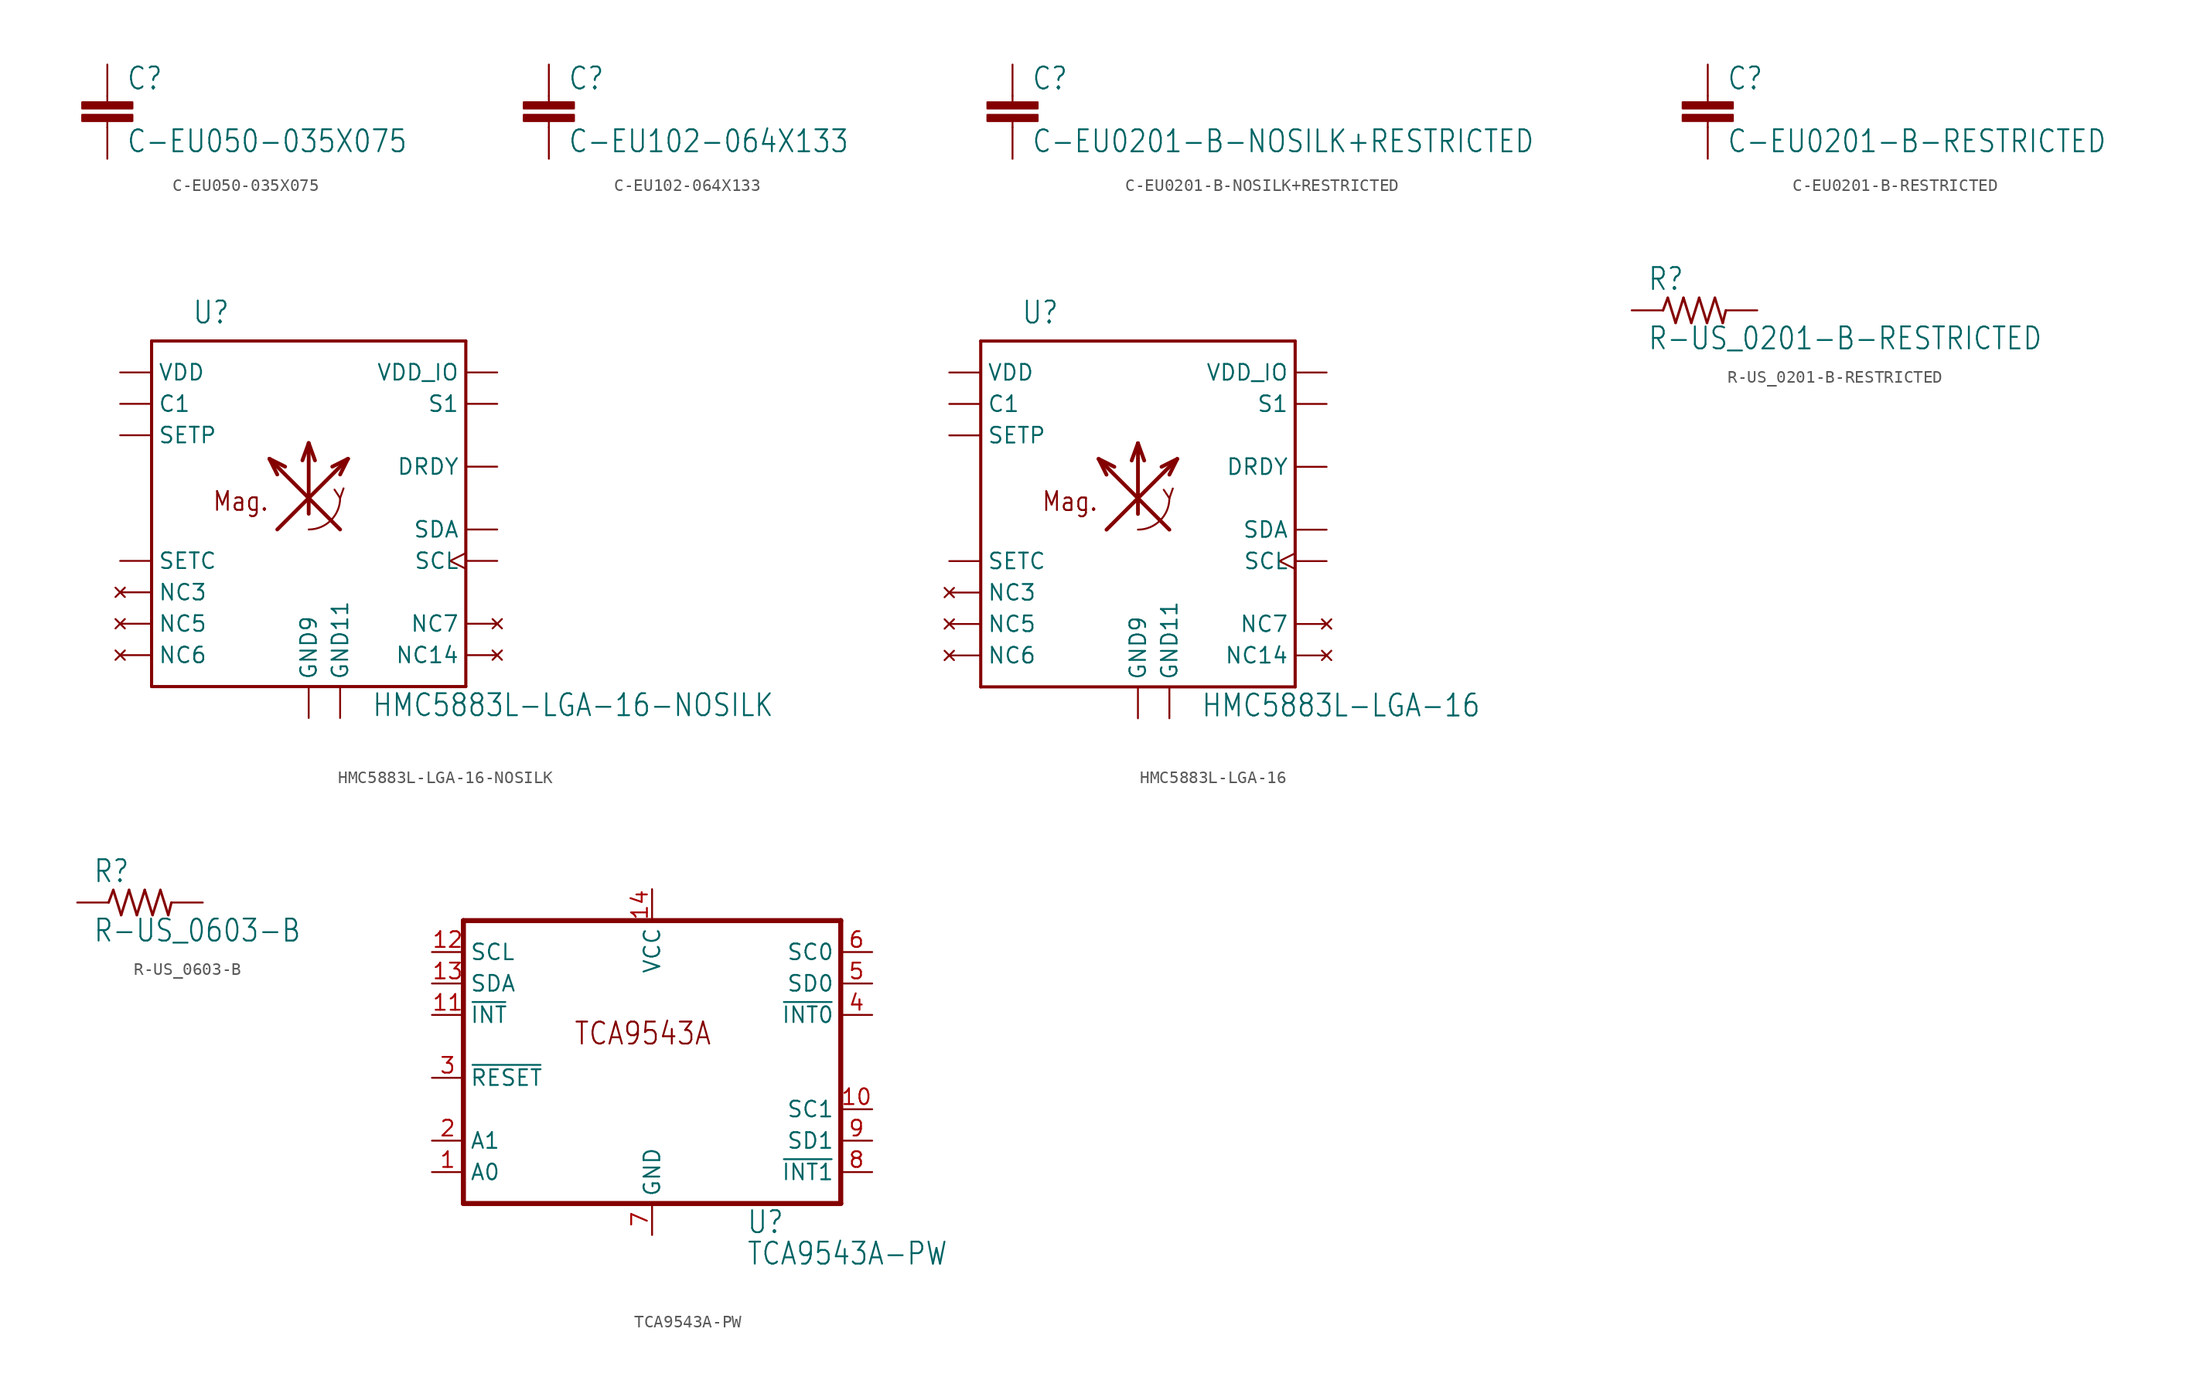
<source format=kicad_sym>
(kicad_symbol_lib
  (version 20211014)
  (generator kicad_symbol_editor)
  (symbol "C-EU050-035X075"
    (property "Reference" "C"
      (at 1.524 0.381 0)
      (effects (font (size 1.778 1.511)) (justify left bottom)))
    (property "Value" "C-EU050-035X075"
      (at 1.524 -4.699 0)
      (effects (font (size 1.778 1.511)) (justify left bottom)))
    (property "ki_locked" ""
      (at 0 0 0)
      (effects (font (size 1.27 1.27))))
    (symbol "C-EU050-035X075_1_0"
      (rectangle (start -2.032 -2.032) (end 2.032 -1.524) (stroke (width 0) (type default) (color 0 0 0 0)) (fill (type outline)))
      (rectangle (start -2.032 -1.016) (end 2.032 -0.508) (stroke (width 0) (type default) (color 0 0 0 0)) (fill (type outline)))
      (polyline (pts (xy 0 -2.54) (xy 0 -2.032)) (stroke (width 0.152) (type default) (color 0 0 0 0)) (fill (type none)))
      (polyline (pts (xy 0 0) (xy 0 -0.508)) (stroke (width 0.152) (type default) (color 0 0 0 0)) (fill (type none)))
      (pin passive line (at 0 2.54 270) (length 2.54) (name "1" (effects (font (size 0 0)))) (number "1" (effects (font (size 0 0)))))
      (pin passive line (at 0 -5.08 90) (length 2.54) (name "2" (effects (font (size 0 0)))) (number "2" (effects (font (size 0 0)))))))
  (symbol "C-EU102-064X133"
    (property "Reference" "C"
      (at 1.524 0.381 0)
      (effects (font (size 1.778 1.511)) (justify left bottom)))
    (property "Value" "C-EU102-064X133"
      (at 1.524 -4.699 0)
      (effects (font (size 1.778 1.511)) (justify left bottom)))
    (property "ki_locked" ""
      (at 0 0 0)
      (effects (font (size 1.27 1.27))))
    (symbol "C-EU102-064X133_1_0"
      (rectangle (start -2.032 -2.032) (end 2.032 -1.524) (stroke (width 0) (type default) (color 0 0 0 0)) (fill (type outline)))
      (rectangle (start -2.032 -1.016) (end 2.032 -0.508) (stroke (width 0) (type default) (color 0 0 0 0)) (fill (type outline)))
      (polyline (pts (xy 0 -2.54) (xy 0 -2.032)) (stroke (width 0.152) (type default) (color 0 0 0 0)) (fill (type none)))
      (polyline (pts (xy 0 0) (xy 0 -0.508)) (stroke (width 0.152) (type default) (color 0 0 0 0)) (fill (type none)))
      (pin passive line (at 0 2.54 270) (length 2.54) (name "1" (effects (font (size 0 0)))) (number "1" (effects (font (size 0 0)))))
      (pin passive line (at 0 -5.08 90) (length 2.54) (name "2" (effects (font (size 0 0)))) (number "2" (effects (font (size 0 0)))))))
  (symbol "C-EU0201-B-NOSILK+RESTRICTED"
    (property "Reference" "C"
      (at 1.524 0.381 0)
      (effects (font (size 1.778 1.511)) (justify left bottom)))
    (property "Value" "C-EU0201-B-NOSILK+RESTRICTED"
      (at 1.524 -4.699 0)
      (effects (font (size 1.778 1.511)) (justify left bottom)))
    (property "ki_locked" ""
      (at 0 0 0)
      (effects (font (size 1.27 1.27))))
    (symbol "C-EU0201-B-NOSILK+RESTRICTED_1_0"
      (rectangle (start -2.032 -2.032) (end 2.032 -1.524) (stroke (width 0) (type default) (color 0 0 0 0)) (fill (type outline)))
      (rectangle (start -2.032 -1.016) (end 2.032 -0.508) (stroke (width 0) (type default) (color 0 0 0 0)) (fill (type outline)))
      (polyline (pts (xy 0 -2.54) (xy 0 -2.032)) (stroke (width 0.152) (type default) (color 0 0 0 0)) (fill (type none)))
      (polyline (pts (xy 0 0) (xy 0 -0.508)) (stroke (width 0.152) (type default) (color 0 0 0 0)) (fill (type none)))
      (pin passive line (at 0 2.54 270) (length 2.54) (name "1" (effects (font (size 0 0)))) (number "1" (effects (font (size 0 0)))))
      (pin passive line (at 0 -5.08 90) (length 2.54) (name "2" (effects (font (size 0 0)))) (number "2" (effects (font (size 0 0)))))))
  (symbol "C-EU0201-B-RESTRICTED"
    (property "Reference" "C"
      (at 1.524 0.381 0)
      (effects (font (size 1.778 1.511)) (justify left bottom)))
    (property "Value" "C-EU0201-B-RESTRICTED"
      (at 1.524 -4.699 0)
      (effects (font (size 1.778 1.511)) (justify left bottom)))
    (property "ki_locked" ""
      (at 0 0 0)
      (effects (font (size 1.27 1.27))))
    (symbol "C-EU0201-B-RESTRICTED_1_0"
      (rectangle (start -2.032 -2.032) (end 2.032 -1.524) (stroke (width 0) (type default) (color 0 0 0 0)) (fill (type outline)))
      (rectangle (start -2.032 -1.016) (end 2.032 -0.508) (stroke (width 0) (type default) (color 0 0 0 0)) (fill (type outline)))
      (polyline (pts (xy 0 -2.54) (xy 0 -2.032)) (stroke (width 0.152) (type default) (color 0 0 0 0)) (fill (type none)))
      (polyline (pts (xy 0 0) (xy 0 -0.508)) (stroke (width 0.152) (type default) (color 0 0 0 0)) (fill (type none)))
      (pin passive line (at 0 2.54 270) (length 2.54) (name "1" (effects (font (size 0 0)))) (number "1" (effects (font (size 0 0)))))
      (pin passive line (at 0 -5.08 90) (length 2.54) (name "2" (effects (font (size 0 0)))) (number "2" (effects (font (size 0 0)))))))
  (symbol "HMC5883L-LGA-16-NOSILK"
    (property "Reference" "U"
      (at -6.35 19.05 0)
      (effects (font (size 1.778 1.511)) (justify right bottom)))
    (property "Value" "HMC5883L-LGA-16-NOSILK"
      (at 5.08 -12.7 0)
      (effects (font (size 1.778 1.511)) (justify left bottom)))
    (property "ki_locked" ""
      (at 0 0 0)
      (effects (font (size 1.27 1.27))))
    (symbol "HMC5883L-LGA-16-NOSILK_1_0"
      (polyline (pts (xy -12.7 -10.16) (xy 12.7 -10.16)) (stroke (width 0.254) (type default) (color 0 0 0 0)) (fill (type none)))
      (polyline (pts (xy -12.7 17.78) (xy -12.7 -10.16)) (stroke (width 0.254) (type default) (color 0 0 0 0)) (fill (type none)))
      (polyline (pts (xy -3.175 8.255) (xy -2.54 6.985)) (stroke (width 0.305) (type default) (color 0 0 0 0)) (fill (type none)))
      (polyline (pts (xy -3.175 8.255) (xy 2.54 2.54)) (stroke (width 0.305) (type default) (color 0 0 0 0)) (fill (type none)))
      (polyline (pts (xy -2.54 2.54) (xy 3.175 8.255)) (stroke (width 0.305) (type default) (color 0 0 0 0)) (fill (type none)))
      (polyline (pts (xy -1.905 7.62) (xy -3.175 8.255)) (stroke (width 0.305) (type default) (color 0 0 0 0)) (fill (type none)))
      (polyline (pts (xy 0 3.81) (xy 0 9.525)) (stroke (width 0.305) (type default) (color 0 0 0 0)) (fill (type none)))
      (polyline (pts (xy 0 9.525) (xy -0.508 8.128)) (stroke (width 0.305) (type default) (color 0 0 0 0)) (fill (type none)))
      (polyline (pts (xy 0 9.525) (xy 0.508 8.128)) (stroke (width 0.305) (type default) (color 0 0 0 0)) (fill (type none)))
      (polyline (pts (xy 2.54 5.08) (xy 2.083 5.766)) (stroke (width 0.152) (type default) (color 0 0 0 0)) (fill (type none)))
      (polyline (pts (xy 2.54 5.08) (xy 2.819 5.867)) (stroke (width 0.152) (type default) (color 0 0 0 0)) (fill (type none)))
      (polyline (pts (xy 3.175 8.255) (xy 1.905 7.62)) (stroke (width 0.305) (type default) (color 0 0 0 0)) (fill (type none)))
      (polyline (pts (xy 3.175 8.255) (xy 2.54 6.985)) (stroke (width 0.305) (type default) (color 0 0 0 0)) (fill (type none)))
      (polyline (pts (xy 12.7 -10.16) (xy 12.7 17.78)) (stroke (width 0.254) (type default) (color 0 0 0 0)) (fill (type none)))
      (polyline (pts (xy 12.7 17.78) (xy -12.7 17.78)) (stroke (width 0.254) (type default) (color 0 0 0 0)) (fill (type none)))
      (arc (start 0 2.54) (mid 1.7961 3.2839) (end 2.54 5.08) (stroke (width 0.1524) (type default) (color 0 0 0 0)) (fill (type none)))
      (text "Mag." (at -3.175 5.715 0) (effects (font (size 1.524 1.295)) (justify right top)))
      (pin input clock (at 15.24 0 180) (length 2.54) (name "SCL" (effects (font (size 1.27 1.27)))) (number "1" (effects (font (size 0 0)))))
      (pin passive line (at -15.24 12.7 0) (length 2.54) (name "C1" (effects (font (size 1.27 1.27)))) (number "10" (effects (font (size 0 0)))))
      (pin power_in line (at 2.54 -12.7 90) (length 2.54) (name "GND11" (effects (font (size 1.27 1.27)))) (number "11" (effects (font (size 0 0)))))
      (pin output line (at -15.24 0 0) (length 2.54) (name "SETC" (effects (font (size 1.27 1.27)))) (number "12" (effects (font (size 0 0)))))
      (pin power_in line (at 15.24 15.24 180) (length 2.54) (name "VDD_IO" (effects (font (size 1.27 1.27)))) (number "13" (effects (font (size 0 0)))))
      (pin no_connect line (at 15.24 -7.62 180) (length 2.54) (name "NC14" (effects (font (size 1.27 1.27)))) (number "14" (effects (font (size 0 0)))))
      (pin output line (at 15.24 7.62 180) (length 2.54) (name "DRDY" (effects (font (size 1.27 1.27)))) (number "15" (effects (font (size 0 0)))))
      (pin bidirectional line (at 15.24 2.54 180) (length 2.54) (name "SDA" (effects (font (size 1.27 1.27)))) (number "16" (effects (font (size 0 0)))))
      (pin power_in line (at -15.24 15.24 0) (length 2.54) (name "VDD" (effects (font (size 1.27 1.27)))) (number "2" (effects (font (size 0 0)))))
      (pin no_connect line (at -15.24 -2.54 0) (length 2.54) (name "NC3" (effects (font (size 1.27 1.27)))) (number "3" (effects (font (size 0 0)))))
      (pin input line (at 15.24 12.7 180) (length 2.54) (name "S1" (effects (font (size 1.27 1.27)))) (number "4" (effects (font (size 0 0)))))
      (pin no_connect line (at -15.24 -5.08 0) (length 2.54) (name "NC5" (effects (font (size 1.27 1.27)))) (number "5" (effects (font (size 0 0)))))
      (pin no_connect line (at -15.24 -7.62 0) (length 2.54) (name "NC6" (effects (font (size 1.27 1.27)))) (number "6" (effects (font (size 0 0)))))
      (pin no_connect line (at 15.24 -5.08 180) (length 2.54) (name "NC7" (effects (font (size 1.27 1.27)))) (number "7" (effects (font (size 0 0)))))
      (pin passive line (at -15.24 10.16 0) (length 2.54) (name "SETP" (effects (font (size 1.27 1.27)))) (number "8" (effects (font (size 0 0)))))
      (pin power_in line (at 0 -12.7 90) (length 2.54) (name "GND9" (effects (font (size 1.27 1.27)))) (number "9" (effects (font (size 0 0)))))))
  (symbol "HMC5883L-LGA-16"
    (property "Reference" "U"
      (at -6.35 19.05 0)
      (effects (font (size 1.778 1.511)) (justify right bottom)))
    (property "Value" "HMC5883L-LGA-16"
      (at 5.08 -12.7 0)
      (effects (font (size 1.778 1.511)) (justify left bottom)))
    (property "ki_locked" ""
      (at 0 0 0)
      (effects (font (size 1.27 1.27))))
    (symbol "HMC5883L-LGA-16_1_0"
      (polyline (pts (xy -12.7 -10.16) (xy 12.7 -10.16)) (stroke (width 0.254) (type default) (color 0 0 0 0)) (fill (type none)))
      (polyline (pts (xy -12.7 17.78) (xy -12.7 -10.16)) (stroke (width 0.254) (type default) (color 0 0 0 0)) (fill (type none)))
      (polyline (pts (xy -3.175 8.255) (xy -2.54 6.985)) (stroke (width 0.305) (type default) (color 0 0 0 0)) (fill (type none)))
      (polyline (pts (xy -3.175 8.255) (xy 2.54 2.54)) (stroke (width 0.305) (type default) (color 0 0 0 0)) (fill (type none)))
      (polyline (pts (xy -2.54 2.54) (xy 3.175 8.255)) (stroke (width 0.305) (type default) (color 0 0 0 0)) (fill (type none)))
      (polyline (pts (xy -1.905 7.62) (xy -3.175 8.255)) (stroke (width 0.305) (type default) (color 0 0 0 0)) (fill (type none)))
      (polyline (pts (xy 0 3.81) (xy 0 9.525)) (stroke (width 0.305) (type default) (color 0 0 0 0)) (fill (type none)))
      (polyline (pts (xy 0 9.525) (xy -0.508 8.128)) (stroke (width 0.305) (type default) (color 0 0 0 0)) (fill (type none)))
      (polyline (pts (xy 0 9.525) (xy 0.508 8.128)) (stroke (width 0.305) (type default) (color 0 0 0 0)) (fill (type none)))
      (polyline (pts (xy 2.54 5.08) (xy 2.083 5.766)) (stroke (width 0.152) (type default) (color 0 0 0 0)) (fill (type none)))
      (polyline (pts (xy 2.54 5.08) (xy 2.819 5.867)) (stroke (width 0.152) (type default) (color 0 0 0 0)) (fill (type none)))
      (polyline (pts (xy 3.175 8.255) (xy 1.905 7.62)) (stroke (width 0.305) (type default) (color 0 0 0 0)) (fill (type none)))
      (polyline (pts (xy 3.175 8.255) (xy 2.54 6.985)) (stroke (width 0.305) (type default) (color 0 0 0 0)) (fill (type none)))
      (polyline (pts (xy 12.7 -10.16) (xy 12.7 17.78)) (stroke (width 0.254) (type default) (color 0 0 0 0)) (fill (type none)))
      (polyline (pts (xy 12.7 17.78) (xy -12.7 17.78)) (stroke (width 0.254) (type default) (color 0 0 0 0)) (fill (type none)))
      (arc (start 0 2.54) (mid 1.7961 3.2839) (end 2.54 5.08) (stroke (width 0.1524) (type default) (color 0 0 0 0)) (fill (type none)))
      (text "Mag." (at -3.175 5.715 0) (effects (font (size 1.524 1.295)) (justify right top)))
      (pin input clock (at 15.24 0 180) (length 2.54) (name "SCL" (effects (font (size 1.27 1.27)))) (number "1" (effects (font (size 0 0)))))
      (pin passive line (at -15.24 12.7 0) (length 2.54) (name "C1" (effects (font (size 1.27 1.27)))) (number "10" (effects (font (size 0 0)))))
      (pin power_in line (at 2.54 -12.7 90) (length 2.54) (name "GND11" (effects (font (size 1.27 1.27)))) (number "11" (effects (font (size 0 0)))))
      (pin output line (at -15.24 0 0) (length 2.54) (name "SETC" (effects (font (size 1.27 1.27)))) (number "12" (effects (font (size 0 0)))))
      (pin power_in line (at 15.24 15.24 180) (length 2.54) (name "VDD_IO" (effects (font (size 1.27 1.27)))) (number "13" (effects (font (size 0 0)))))
      (pin no_connect line (at 15.24 -7.62 180) (length 2.54) (name "NC14" (effects (font (size 1.27 1.27)))) (number "14" (effects (font (size 0 0)))))
      (pin output line (at 15.24 7.62 180) (length 2.54) (name "DRDY" (effects (font (size 1.27 1.27)))) (number "15" (effects (font (size 0 0)))))
      (pin bidirectional line (at 15.24 2.54 180) (length 2.54) (name "SDA" (effects (font (size 1.27 1.27)))) (number "16" (effects (font (size 0 0)))))
      (pin power_in line (at -15.24 15.24 0) (length 2.54) (name "VDD" (effects (font (size 1.27 1.27)))) (number "2" (effects (font (size 0 0)))))
      (pin no_connect line (at -15.24 -2.54 0) (length 2.54) (name "NC3" (effects (font (size 1.27 1.27)))) (number "3" (effects (font (size 0 0)))))
      (pin input line (at 15.24 12.7 180) (length 2.54) (name "S1" (effects (font (size 1.27 1.27)))) (number "4" (effects (font (size 0 0)))))
      (pin no_connect line (at -15.24 -5.08 0) (length 2.54) (name "NC5" (effects (font (size 1.27 1.27)))) (number "5" (effects (font (size 0 0)))))
      (pin no_connect line (at -15.24 -7.62 0) (length 2.54) (name "NC6" (effects (font (size 1.27 1.27)))) (number "6" (effects (font (size 0 0)))))
      (pin no_connect line (at 15.24 -5.08 180) (length 2.54) (name "NC7" (effects (font (size 1.27 1.27)))) (number "7" (effects (font (size 0 0)))))
      (pin passive line (at -15.24 10.16 0) (length 2.54) (name "SETP" (effects (font (size 1.27 1.27)))) (number "8" (effects (font (size 0 0)))))
      (pin power_in line (at 0 -12.7 90) (length 2.54) (name "GND9" (effects (font (size 1.27 1.27)))) (number "9" (effects (font (size 0 0)))))))
  (symbol "R-US_0201-B-RESTRICTED"
    (property "Reference" "R"
      (at -3.81 1.499 0)
      (effects (font (size 1.778 1.511)) (justify left bottom)))
    (property "Value" "R-US_0201-B-RESTRICTED"
      (at -3.81 -3.302 0)
      (effects (font (size 1.778 1.511)) (justify left bottom)))
    (property "ki_locked" ""
      (at 0 0 0)
      (effects (font (size 1.27 1.27))))
    (symbol "R-US_0201-B-RESTRICTED_1_0"
      (polyline (pts (xy -2.54 0) (xy -2.159 1.016)) (stroke (width 0.203) (type default) (color 0 0 0 0)) (fill (type none)))
      (polyline (pts (xy -2.159 1.016) (xy -1.524 -1.016)) (stroke (width 0.203) (type default) (color 0 0 0 0)) (fill (type none)))
      (polyline (pts (xy -1.524 -1.016) (xy -0.889 1.016)) (stroke (width 0.203) (type default) (color 0 0 0 0)) (fill (type none)))
      (polyline (pts (xy -0.889 1.016) (xy -0.254 -1.016)) (stroke (width 0.203) (type default) (color 0 0 0 0)) (fill (type none)))
      (polyline (pts (xy -0.254 -1.016) (xy 0.381 1.016)) (stroke (width 0.203) (type default) (color 0 0 0 0)) (fill (type none)))
      (polyline (pts (xy 0.381 1.016) (xy 1.016 -1.016)) (stroke (width 0.203) (type default) (color 0 0 0 0)) (fill (type none)))
      (polyline (pts (xy 1.016 -1.016) (xy 1.651 1.016)) (stroke (width 0.203) (type default) (color 0 0 0 0)) (fill (type none)))
      (polyline (pts (xy 1.651 1.016) (xy 2.286 -1.016)) (stroke (width 0.203) (type default) (color 0 0 0 0)) (fill (type none)))
      (polyline (pts (xy 2.286 -1.016) (xy 2.54 0)) (stroke (width 0.203) (type default) (color 0 0 0 0)) (fill (type none)))
      (pin passive line (at -5.08 0 0) (length 2.54) (name "1" (effects (font (size 0 0)))) (number "1" (effects (font (size 0 0)))))
      (pin passive line (at 5.08 0 180) (length 2.54) (name "2" (effects (font (size 0 0)))) (number "2" (effects (font (size 0 0)))))))
  (symbol "R-US_0603-B"
    (property "Reference" "R"
      (at -3.81 1.499 0)
      (effects (font (size 1.778 1.511)) (justify left bottom)))
    (property "Value" "R-US_0603-B"
      (at -3.81 -3.302 0)
      (effects (font (size 1.778 1.511)) (justify left bottom)))
    (property "ki_locked" ""
      (at 0 0 0)
      (effects (font (size 1.27 1.27))))
    (symbol "R-US_0603-B_1_0"
      (polyline (pts (xy -2.54 0) (xy -2.159 1.016)) (stroke (width 0.203) (type default) (color 0 0 0 0)) (fill (type none)))
      (polyline (pts (xy -2.159 1.016) (xy -1.524 -1.016)) (stroke (width 0.203) (type default) (color 0 0 0 0)) (fill (type none)))
      (polyline (pts (xy -1.524 -1.016) (xy -0.889 1.016)) (stroke (width 0.203) (type default) (color 0 0 0 0)) (fill (type none)))
      (polyline (pts (xy -0.889 1.016) (xy -0.254 -1.016)) (stroke (width 0.203) (type default) (color 0 0 0 0)) (fill (type none)))
      (polyline (pts (xy -0.254 -1.016) (xy 0.381 1.016)) (stroke (width 0.203) (type default) (color 0 0 0 0)) (fill (type none)))
      (polyline (pts (xy 0.381 1.016) (xy 1.016 -1.016)) (stroke (width 0.203) (type default) (color 0 0 0 0)) (fill (type none)))
      (polyline (pts (xy 1.016 -1.016) (xy 1.651 1.016)) (stroke (width 0.203) (type default) (color 0 0 0 0)) (fill (type none)))
      (polyline (pts (xy 1.651 1.016) (xy 2.286 -1.016)) (stroke (width 0.203) (type default) (color 0 0 0 0)) (fill (type none)))
      (polyline (pts (xy 2.286 -1.016) (xy 2.54 0)) (stroke (width 0.203) (type default) (color 0 0 0 0)) (fill (type none)))
      (pin passive line (at -5.08 0 0) (length 2.54) (name "1" (effects (font (size 0 0)))) (number "1" (effects (font (size 0 0)))))
      (pin passive line (at 5.08 0 180) (length 2.54) (name "2" (effects (font (size 0 0)))) (number "2" (effects (font (size 0 0)))))))
  (symbol "TCA9543A-PW"
    (property "Reference" "U"
      (at 7.62 -15.24 0)
      (effects (font (size 1.778 1.511)) (justify left bottom)))
    (property "Value" "TCA9543A-PW"
      (at 7.62 -17.78 0)
      (effects (font (size 1.778 1.511)) (justify left bottom)))
    (property "ki_locked" ""
      (at 0 0 0)
      (effects (font (size 1.27 1.27))))
    (symbol "TCA9543A-PW_1_0"
      (polyline (pts (xy -15.24 -12.7) (xy -15.24 10.16)) (stroke (width 0.406) (type default) (color 0 0 0 0)) (fill (type none)))
      (polyline (pts (xy -15.24 10.16) (xy 15.24 10.16)) (stroke (width 0.406) (type default) (color 0 0 0 0)) (fill (type none)))
      (polyline (pts (xy 15.24 -12.7) (xy -15.24 -12.7)) (stroke (width 0.406) (type default) (color 0 0 0 0)) (fill (type none)))
      (polyline (pts (xy 15.24 10.16) (xy 15.24 -12.7)) (stroke (width 0.406) (type default) (color 0 0 0 0)) (fill (type none)))
      (text "TCA9543A" (at -6.35 0 0) (effects (font (size 1.778 1.511)) (justify left bottom)))
      (pin input line (at -17.78 -10.16 0) (length 2.54) (name "A0" (effects (font (size 1.27 1.27)))) (number "1" (effects (font (size 1.27 1.27)))))
      (pin output line (at 17.78 -5.08 180) (length 2.54) (name "SC1" (effects (font (size 1.27 1.27)))) (number "10" (effects (font (size 1.27 1.27)))))
      (pin open_collector line (at -17.78 2.54 0) (length 2.54) (name "~{INT}" (effects (font (size 1.27 1.27)))) (number "11" (effects (font (size 1.27 1.27)))))
      (pin input line (at -17.78 7.62 0) (length 2.54) (name "SCL" (effects (font (size 1.27 1.27)))) (number "12" (effects (font (size 1.27 1.27)))))
      (pin bidirectional line (at -17.78 5.08 0) (length 2.54) (name "SDA" (effects (font (size 1.27 1.27)))) (number "13" (effects (font (size 1.27 1.27)))))
      (pin power_in line (at 0 12.7 270) (length 2.54) (name "VCC" (effects (font (size 1.27 1.27)))) (number "14" (effects (font (size 1.27 1.27)))))
      (pin input line (at -17.78 -7.62 0) (length 2.54) (name "A1" (effects (font (size 1.27 1.27)))) (number "2" (effects (font (size 1.27 1.27)))))
      (pin input line (at -17.78 -2.54 0) (length 2.54) (name "~{RESET}" (effects (font (size 1.27 1.27)))) (number "3" (effects (font (size 1.27 1.27)))))
      (pin input line (at 17.78 2.54 180) (length 2.54) (name "~{INT0}" (effects (font (size 1.27 1.27)))) (number "4" (effects (font (size 1.27 1.27)))))
      (pin bidirectional line (at 17.78 5.08 180) (length 2.54) (name "SD0" (effects (font (size 1.27 1.27)))) (number "5" (effects (font (size 1.27 1.27)))))
      (pin output line (at 17.78 7.62 180) (length 2.54) (name "SC0" (effects (font (size 1.27 1.27)))) (number "6" (effects (font (size 1.27 1.27)))))
      (pin power_in line (at 0 -15.24 90) (length 2.54) (name "GND" (effects (font (size 1.27 1.27)))) (number "7" (effects (font (size 1.27 1.27)))))
      (pin input line (at 17.78 -10.16 180) (length 2.54) (name "~{INT1}" (effects (font (size 1.27 1.27)))) (number "8" (effects (font (size 1.27 1.27)))))
      (pin bidirectional line (at 17.78 -7.62 180) (length 2.54) (name "SD1" (effects (font (size 1.27 1.27)))) (number "9" (effects (font (size 1.27 1.27))))))))
</source>
